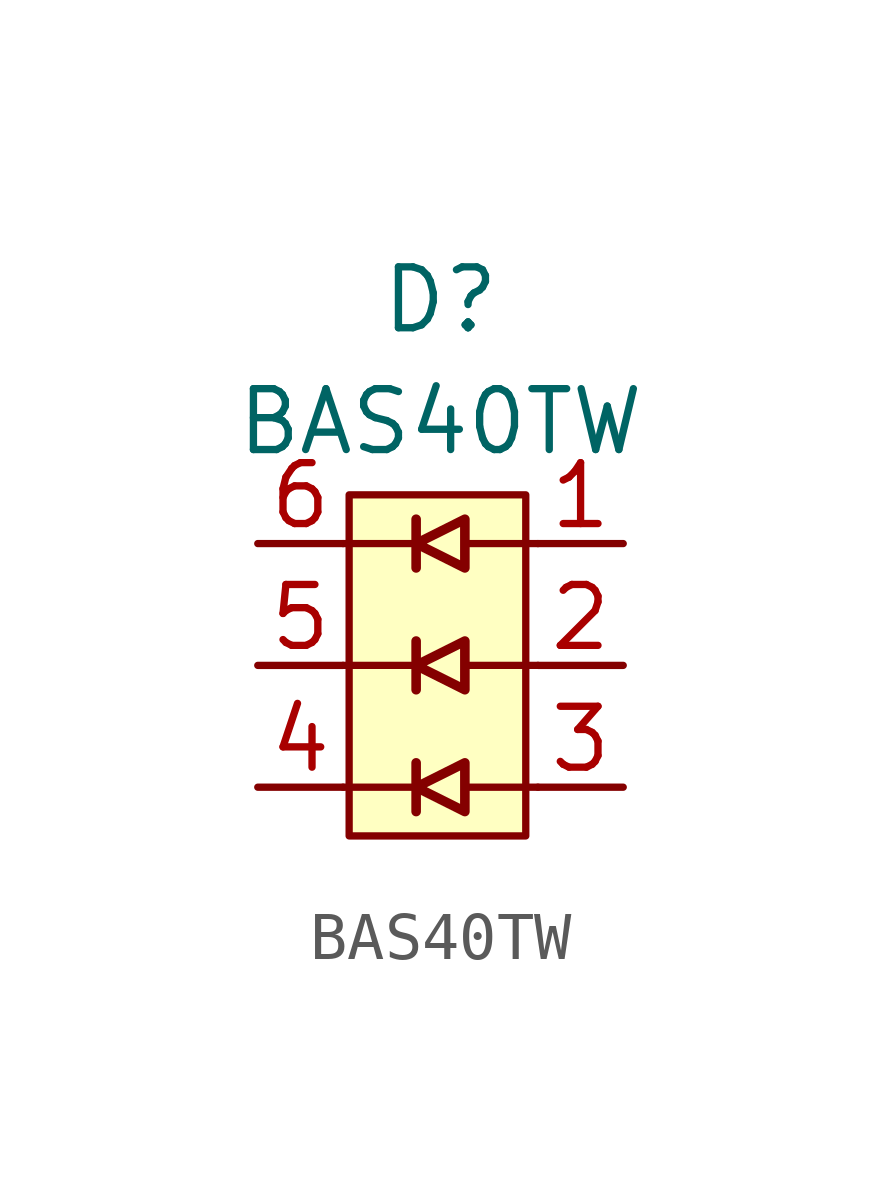
<source format=kicad_sym>
(kicad_symbol_lib
  (version 20211014)
  (generator kicad_symbol_editor)
  (symbol "BAS40TW"
    (pin_names hide)
    (property "Reference" "D"
      (at 0 7.62 0)
      (effects (font (size 1.27 1.27))))
    (property "Value" "BAS40TW"
      (at 0 5.08 0)
      (effects (font (size 1.27 1.27))))
    (symbol "BAS40TW_0_1"
      (rectangle (start -1.905 3.556) (end 1.778 -3.556) (stroke (width 0.152) (type default) (color 0 0 0 0)) (fill (type background)))
      (polyline (pts (xy -0.508 -3.048) (xy -0.508 -2.032)) (stroke (width 0.2) (type default) (color 0 0 0 0)) (fill (type none)))
      (polyline (pts (xy -0.508 -2.54) (xy -2.032 -2.54)) (stroke (width 0.152) (type default) (color 0 0 0 0)) (fill (type none)))
      (polyline (pts (xy -0.508 -0.508) (xy -0.508 0.508)) (stroke (width 0.2) (type default) (color 0 0 0 0)) (fill (type none)))
      (polyline (pts (xy -0.508 0) (xy -2.032 0)) (stroke (width 0.152) (type default) (color 0 0 0 0)) (fill (type none)))
      (polyline (pts (xy -0.508 2.032) (xy -0.508 3.048)) (stroke (width 0.2) (type default) (color 0 0 0 0)) (fill (type none)))
      (polyline (pts (xy -0.508 2.54) (xy -2.032 2.54)) (stroke (width 0.152) (type default) (color 0 0 0 0)) (fill (type none)))
      (polyline (pts (xy 0.508 -2.54) (xy 2.032 -2.54)) (stroke (width 0.152) (type default) (color 0 0 0 0)) (fill (type none)))
      (polyline (pts (xy 0.508 0) (xy 2.032 0)) (stroke (width 0.152) (type default) (color 0 0 0 0)) (fill (type none)))
      (polyline (pts (xy 0.508 2.54) (xy 2.032 2.54)) (stroke (width 0.152) (type default) (color 0 0 0 0)) (fill (type none)))
      (polyline (pts (xy 0.508 -3.048) (xy -0.508 -2.54) (xy 0.508 -2.032) (xy 0.508 -3.048)) (stroke (width 0.2) (type default) (color 0 0 0 0)) (fill (type none)))
      (polyline (pts (xy 0.508 -0.508) (xy -0.508 0) (xy 0.508 0.508) (xy 0.508 -0.508)) (stroke (width 0.2) (type default) (color 0 0 0 0)) (fill (type none)))
      (polyline (pts (xy 0.508 2.032) (xy -0.508 2.54) (xy 0.508 3.048) (xy 0.508 2.032)) (stroke (width 0.2) (type default) (color 0 0 0 0)) (fill (type none))))
    (symbol "BAS40TW_1_1"
      (pin passive line (at 3.81 2.54 180) (length 1.778) (name "A" (effects (font (size 1.27 1.27)))) (number "1" (effects (font (size 1.27 1.27)))))
      (pin passive line (at 3.81 0 180) (length 1.778) (name "A" (effects (font (size 1.27 1.27)))) (number "2" (effects (font (size 1.27 1.27)))))
      (pin passive line (at 3.81 -2.54 180) (length 1.778) (name "A" (effects (font (size 1.27 1.27)))) (number "3" (effects (font (size 1.27 1.27)))))
      (pin passive line (at -3.81 -2.54 0) (length 1.778) (name "K" (effects (font (size 1.27 1.27)))) (number "4" (effects (font (size 1.27 1.27)))))
      (pin passive line (at -3.81 0 0) (length 1.778) (name "K" (effects (font (size 1.27 1.27)))) (number "5" (effects (font (size 1.27 1.27)))))
      (pin passive line (at -3.81 2.54 0) (length 1.778) (name "K" (effects (font (size 1.27 1.27)))) (number "6" (effects (font (size 1.27 1.27))))))))
</source>
